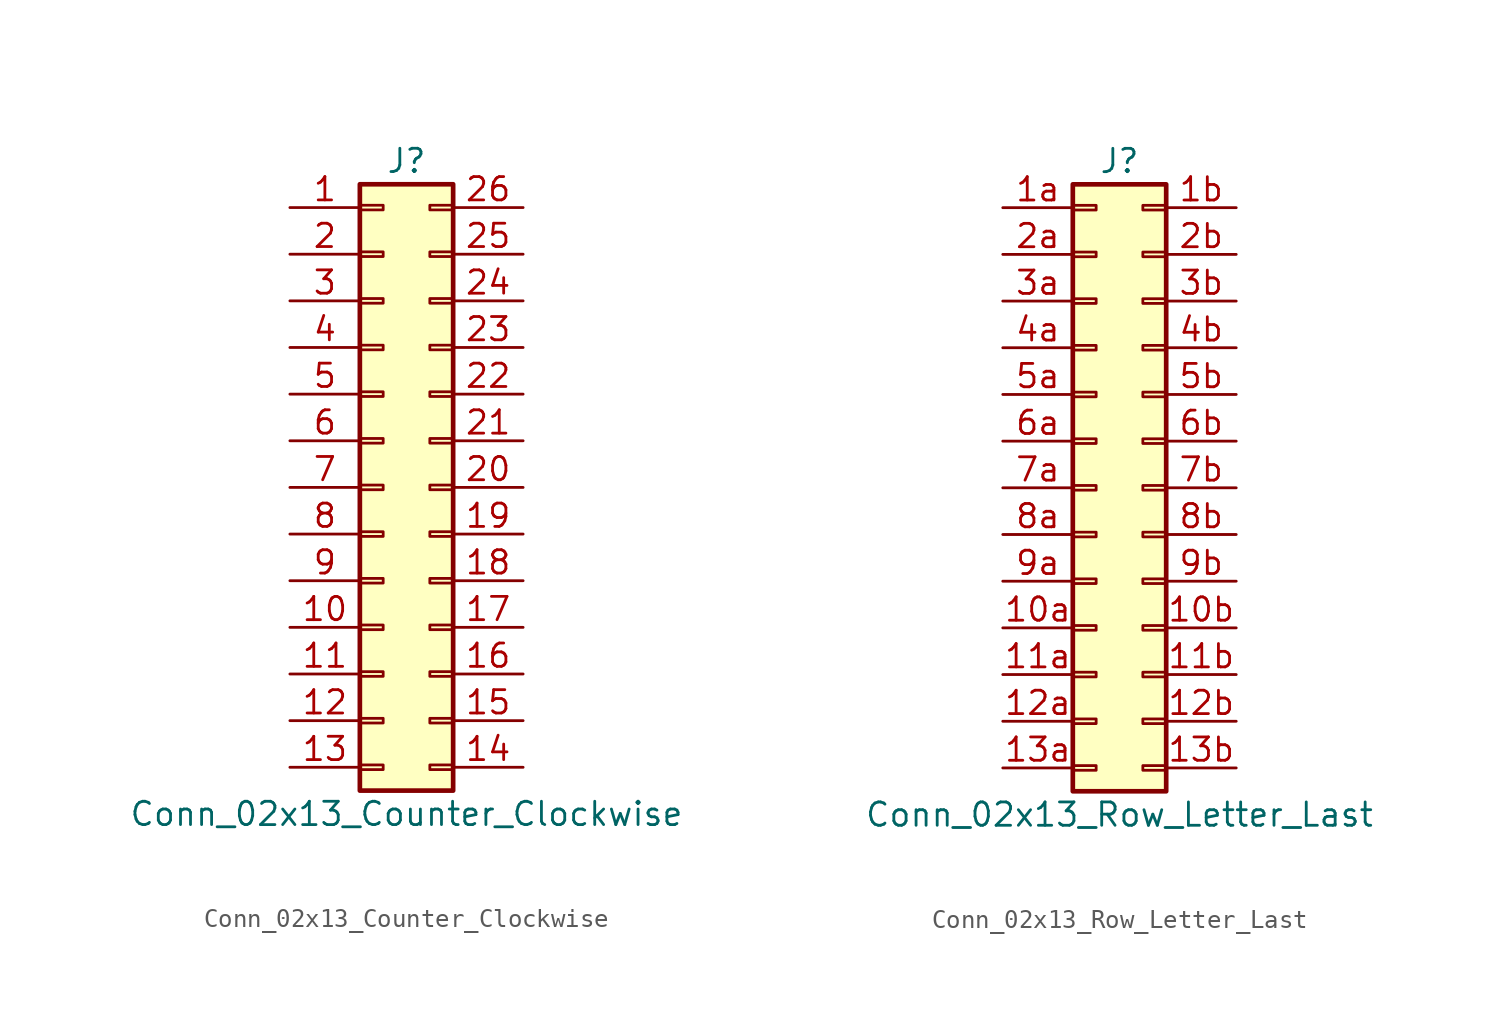
<source format=kicad_sym>
(kicad_symbol_lib
  (version 20201005)
  (generator kicad_symbol_editor)
  (symbol "Conn_02x13_Counter_Clockwise"
    (pin_names
      (offset 1.016) hide)
    (property "Reference" "J"
      (at 1.27 17.78 0)
      (effects (font (size 1.27 1.27))))
    (property "Value" "Conn_02x13_Counter_Clockwise"
      (at 1.27 -17.78 0)
      (effects (font (size 1.27 1.27))))
    (symbol "Conn_02x13_Counter_Clockwise_1_1"
      (rectangle (start -1.27 -15.113) (end 0 -15.367) (stroke (width 0.152)) (fill (type none)))
      (rectangle (start -1.27 -12.573) (end 0 -12.827) (stroke (width 0.152)) (fill (type none)))
      (rectangle (start -1.27 -10.033) (end 0 -10.287) (stroke (width 0.152)) (fill (type none)))
      (rectangle (start -1.27 -7.493) (end 0 -7.747) (stroke (width 0.152)) (fill (type none)))
      (rectangle (start -1.27 -4.953) (end 0 -5.207) (stroke (width 0.152)) (fill (type none)))
      (rectangle (start -1.27 -2.413) (end 0 -2.667) (stroke (width 0.152)) (fill (type none)))
      (rectangle (start -1.27 0.127) (end 0 -0.127) (stroke (width 0.152)) (fill (type none)))
      (rectangle (start -1.27 2.667) (end 0 2.413) (stroke (width 0.152)) (fill (type none)))
      (rectangle (start -1.27 5.207) (end 0 4.953) (stroke (width 0.152)) (fill (type none)))
      (rectangle (start -1.27 7.747) (end 0 7.493) (stroke (width 0.152)) (fill (type none)))
      (rectangle (start -1.27 10.287) (end 0 10.033) (stroke (width 0.152)) (fill (type none)))
      (rectangle (start -1.27 12.827) (end 0 12.573) (stroke (width 0.152)) (fill (type none)))
      (rectangle (start -1.27 15.367) (end 0 15.113) (stroke (width 0.152)) (fill (type none)))
      (rectangle (start 3.81 -15.113) (end 2.54 -15.367) (stroke (width 0.152)) (fill (type none)))
      (rectangle (start 3.81 -12.573) (end 2.54 -12.827) (stroke (width 0.152)) (fill (type none)))
      (rectangle (start 3.81 -10.033) (end 2.54 -10.287) (stroke (width 0.152)) (fill (type none)))
      (rectangle (start 3.81 -7.493) (end 2.54 -7.747) (stroke (width 0.152)) (fill (type none)))
      (rectangle (start 3.81 -4.953) (end 2.54 -5.207) (stroke (width 0.152)) (fill (type none)))
      (rectangle (start 3.81 -2.413) (end 2.54 -2.667) (stroke (width 0.152)) (fill (type none)))
      (rectangle (start 3.81 0.127) (end 2.54 -0.127) (stroke (width 0.152)) (fill (type none)))
      (rectangle (start 3.81 2.667) (end 2.54 2.413) (stroke (width 0.152)) (fill (type none)))
      (rectangle (start 3.81 5.207) (end 2.54 4.953) (stroke (width 0.152)) (fill (type none)))
      (rectangle (start 3.81 7.747) (end 2.54 7.493) (stroke (width 0.152)) (fill (type none)))
      (rectangle (start 3.81 10.287) (end 2.54 10.033) (stroke (width 0.152)) (fill (type none)))
      (rectangle (start 3.81 12.827) (end 2.54 12.573) (stroke (width 0.152)) (fill (type none)))
      (rectangle (start 3.81 15.367) (end 2.54 15.113) (stroke (width 0.152)) (fill (type none)))
      (rectangle (start -1.27 16.51) (end 3.81 -16.51) (stroke (width 0.254)) (fill (type background)))
      (pin passive line (at -5.08 15.24 0) (length 3.81) (name "Pin_1" (effects (font (size 1.27 1.27)))) (number "1" (effects (font (size 1.27 1.27)))))
      (pin passive line (at -5.08 -7.62 0) (length 3.81) (name "Pin_10" (effects (font (size 1.27 1.27)))) (number "10" (effects (font (size 1.27 1.27)))))
      (pin passive line (at -5.08 -10.16 0) (length 3.81) (name "Pin_11" (effects (font (size 1.27 1.27)))) (number "11" (effects (font (size 1.27 1.27)))))
      (pin passive line (at -5.08 -12.7 0) (length 3.81) (name "Pin_12" (effects (font (size 1.27 1.27)))) (number "12" (effects (font (size 1.27 1.27)))))
      (pin passive line (at -5.08 -15.24 0) (length 3.81) (name "Pin_13" (effects (font (size 1.27 1.27)))) (number "13" (effects (font (size 1.27 1.27)))))
      (pin passive line (at 7.62 -15.24 180) (length 3.81) (name "Pin_14" (effects (font (size 1.27 1.27)))) (number "14" (effects (font (size 1.27 1.27)))))
      (pin passive line (at 7.62 -12.7 180) (length 3.81) (name "Pin_15" (effects (font (size 1.27 1.27)))) (number "15" (effects (font (size 1.27 1.27)))))
      (pin passive line (at 7.62 -10.16 180) (length 3.81) (name "Pin_16" (effects (font (size 1.27 1.27)))) (number "16" (effects (font (size 1.27 1.27)))))
      (pin passive line (at 7.62 -7.62 180) (length 3.81) (name "Pin_17" (effects (font (size 1.27 1.27)))) (number "17" (effects (font (size 1.27 1.27)))))
      (pin passive line (at 7.62 -5.08 180) (length 3.81) (name "Pin_18" (effects (font (size 1.27 1.27)))) (number "18" (effects (font (size 1.27 1.27)))))
      (pin passive line (at 7.62 -2.54 180) (length 3.81) (name "Pin_19" (effects (font (size 1.27 1.27)))) (number "19" (effects (font (size 1.27 1.27)))))
      (pin passive line (at -5.08 12.7 0) (length 3.81) (name "Pin_2" (effects (font (size 1.27 1.27)))) (number "2" (effects (font (size 1.27 1.27)))))
      (pin passive line (at 7.62 0 180) (length 3.81) (name "Pin_20" (effects (font (size 1.27 1.27)))) (number "20" (effects (font (size 1.27 1.27)))))
      (pin passive line (at 7.62 2.54 180) (length 3.81) (name "Pin_21" (effects (font (size 1.27 1.27)))) (number "21" (effects (font (size 1.27 1.27)))))
      (pin passive line (at 7.62 5.08 180) (length 3.81) (name "Pin_22" (effects (font (size 1.27 1.27)))) (number "22" (effects (font (size 1.27 1.27)))))
      (pin passive line (at 7.62 7.62 180) (length 3.81) (name "Pin_23" (effects (font (size 1.27 1.27)))) (number "23" (effects (font (size 1.27 1.27)))))
      (pin passive line (at 7.62 10.16 180) (length 3.81) (name "Pin_24" (effects (font (size 1.27 1.27)))) (number "24" (effects (font (size 1.27 1.27)))))
      (pin passive line (at 7.62 12.7 180) (length 3.81) (name "Pin_25" (effects (font (size 1.27 1.27)))) (number "25" (effects (font (size 1.27 1.27)))))
      (pin passive line (at 7.62 15.24 180) (length 3.81) (name "Pin_26" (effects (font (size 1.27 1.27)))) (number "26" (effects (font (size 1.27 1.27)))))
      (pin passive line (at -5.08 10.16 0) (length 3.81) (name "Pin_3" (effects (font (size 1.27 1.27)))) (number "3" (effects (font (size 1.27 1.27)))))
      (pin passive line (at -5.08 7.62 0) (length 3.81) (name "Pin_4" (effects (font (size 1.27 1.27)))) (number "4" (effects (font (size 1.27 1.27)))))
      (pin passive line (at -5.08 5.08 0) (length 3.81) (name "Pin_5" (effects (font (size 1.27 1.27)))) (number "5" (effects (font (size 1.27 1.27)))))
      (pin passive line (at -5.08 2.54 0) (length 3.81) (name "Pin_6" (effects (font (size 1.27 1.27)))) (number "6" (effects (font (size 1.27 1.27)))))
      (pin passive line (at -5.08 0 0) (length 3.81) (name "Pin_7" (effects (font (size 1.27 1.27)))) (number "7" (effects (font (size 1.27 1.27)))))
      (pin passive line (at -5.08 -2.54 0) (length 3.81) (name "Pin_8" (effects (font (size 1.27 1.27)))) (number "8" (effects (font (size 1.27 1.27)))))
      (pin passive line (at -5.08 -5.08 0) (length 3.81) (name "Pin_9" (effects (font (size 1.27 1.27)))) (number "9" (effects (font (size 1.27 1.27)))))))
  (symbol "Conn_02x13_Row_Letter_Last"
    (pin_names
      (offset 1.016) hide)
    (property "Reference" "J"
      (at 1.27 17.78 0)
      (effects (font (size 1.27 1.27))))
    (property "Value" "Conn_02x13_Row_Letter_Last"
      (at 1.27 -17.78 0)
      (effects (font (size 1.27 1.27))))
    (symbol "Conn_02x13_Row_Letter_Last_1_1"
      (rectangle (start -1.27 -15.113) (end 0 -15.367) (stroke (width 0.152)) (fill (type none)))
      (rectangle (start -1.27 -12.573) (end 0 -12.827) (stroke (width 0.152)) (fill (type none)))
      (rectangle (start -1.27 -10.033) (end 0 -10.287) (stroke (width 0.152)) (fill (type none)))
      (rectangle (start -1.27 -7.493) (end 0 -7.747) (stroke (width 0.152)) (fill (type none)))
      (rectangle (start -1.27 -4.953) (end 0 -5.207) (stroke (width 0.152)) (fill (type none)))
      (rectangle (start -1.27 -2.413) (end 0 -2.667) (stroke (width 0.152)) (fill (type none)))
      (rectangle (start -1.27 0.127) (end 0 -0.127) (stroke (width 0.152)) (fill (type none)))
      (rectangle (start -1.27 2.667) (end 0 2.413) (stroke (width 0.152)) (fill (type none)))
      (rectangle (start -1.27 5.207) (end 0 4.953) (stroke (width 0.152)) (fill (type none)))
      (rectangle (start -1.27 7.747) (end 0 7.493) (stroke (width 0.152)) (fill (type none)))
      (rectangle (start -1.27 10.287) (end 0 10.033) (stroke (width 0.152)) (fill (type none)))
      (rectangle (start -1.27 12.827) (end 0 12.573) (stroke (width 0.152)) (fill (type none)))
      (rectangle (start -1.27 15.367) (end 0 15.113) (stroke (width 0.152)) (fill (type none)))
      (rectangle (start 3.81 -15.113) (end 2.54 -15.367) (stroke (width 0.152)) (fill (type none)))
      (rectangle (start 3.81 -12.573) (end 2.54 -12.827) (stroke (width 0.152)) (fill (type none)))
      (rectangle (start 3.81 -10.033) (end 2.54 -10.287) (stroke (width 0.152)) (fill (type none)))
      (rectangle (start 3.81 -7.493) (end 2.54 -7.747) (stroke (width 0.152)) (fill (type none)))
      (rectangle (start 3.81 -4.953) (end 2.54 -5.207) (stroke (width 0.152)) (fill (type none)))
      (rectangle (start 3.81 -2.413) (end 2.54 -2.667) (stroke (width 0.152)) (fill (type none)))
      (rectangle (start 3.81 0.127) (end 2.54 -0.127) (stroke (width 0.152)) (fill (type none)))
      (rectangle (start 3.81 2.667) (end 2.54 2.413) (stroke (width 0.152)) (fill (type none)))
      (rectangle (start 3.81 5.207) (end 2.54 4.953) (stroke (width 0.152)) (fill (type none)))
      (rectangle (start 3.81 7.747) (end 2.54 7.493) (stroke (width 0.152)) (fill (type none)))
      (rectangle (start 3.81 10.287) (end 2.54 10.033) (stroke (width 0.152)) (fill (type none)))
      (rectangle (start 3.81 12.827) (end 2.54 12.573) (stroke (width 0.152)) (fill (type none)))
      (rectangle (start 3.81 15.367) (end 2.54 15.113) (stroke (width 0.152)) (fill (type none)))
      (rectangle (start -1.27 16.51) (end 3.81 -16.51) (stroke (width 0.254)) (fill (type background)))
      (pin passive line (at -5.08 -7.62 0) (length 3.81) (name "Pin_10a" (effects (font (size 1.27 1.27)))) (number "10a" (effects (font (size 1.27 1.27)))))
      (pin passive line (at 7.62 -7.62 180) (length 3.81) (name "Pin_10b" (effects (font (size 1.27 1.27)))) (number "10b" (effects (font (size 1.27 1.27)))))
      (pin passive line (at -5.08 -10.16 0) (length 3.81) (name "Pin_11a" (effects (font (size 1.27 1.27)))) (number "11a" (effects (font (size 1.27 1.27)))))
      (pin passive line (at 7.62 -10.16 180) (length 3.81) (name "Pin_11b" (effects (font (size 1.27 1.27)))) (number "11b" (effects (font (size 1.27 1.27)))))
      (pin passive line (at -5.08 -12.7 0) (length 3.81) (name "Pin_12a" (effects (font (size 1.27 1.27)))) (number "12a" (effects (font (size 1.27 1.27)))))
      (pin passive line (at 7.62 -12.7 180) (length 3.81) (name "Pin_12b" (effects (font (size 1.27 1.27)))) (number "12b" (effects (font (size 1.27 1.27)))))
      (pin passive line (at -5.08 -15.24 0) (length 3.81) (name "Pin_13a" (effects (font (size 1.27 1.27)))) (number "13a" (effects (font (size 1.27 1.27)))))
      (pin passive line (at 7.62 -15.24 180) (length 3.81) (name "Pin_13b" (effects (font (size 1.27 1.27)))) (number "13b" (effects (font (size 1.27 1.27)))))
      (pin passive line (at -5.08 15.24 0) (length 3.81) (name "Pin_1a" (effects (font (size 1.27 1.27)))) (number "1a" (effects (font (size 1.27 1.27)))))
      (pin passive line (at 7.62 15.24 180) (length 3.81) (name "Pin_1b" (effects (font (size 1.27 1.27)))) (number "1b" (effects (font (size 1.27 1.27)))))
      (pin passive line (at -5.08 12.7 0) (length 3.81) (name "Pin_2a" (effects (font (size 1.27 1.27)))) (number "2a" (effects (font (size 1.27 1.27)))))
      (pin passive line (at 7.62 12.7 180) (length 3.81) (name "Pin_2b" (effects (font (size 1.27 1.27)))) (number "2b" (effects (font (size 1.27 1.27)))))
      (pin passive line (at -5.08 10.16 0) (length 3.81) (name "Pin_3a" (effects (font (size 1.27 1.27)))) (number "3a" (effects (font (size 1.27 1.27)))))
      (pin passive line (at 7.62 10.16 180) (length 3.81) (name "Pin_3b" (effects (font (size 1.27 1.27)))) (number "3b" (effects (font (size 1.27 1.27)))))
      (pin passive line (at -5.08 7.62 0) (length 3.81) (name "Pin_4a" (effects (font (size 1.27 1.27)))) (number "4a" (effects (font (size 1.27 1.27)))))
      (pin passive line (at 7.62 7.62 180) (length 3.81) (name "Pin_4b" (effects (font (size 1.27 1.27)))) (number "4b" (effects (font (size 1.27 1.27)))))
      (pin passive line (at -5.08 5.08 0) (length 3.81) (name "Pin_5a" (effects (font (size 1.27 1.27)))) (number "5a" (effects (font (size 1.27 1.27)))))
      (pin passive line (at 7.62 5.08 180) (length 3.81) (name "Pin_5b" (effects (font (size 1.27 1.27)))) (number "5b" (effects (font (size 1.27 1.27)))))
      (pin passive line (at -5.08 2.54 0) (length 3.81) (name "Pin_6a" (effects (font (size 1.27 1.27)))) (number "6a" (effects (font (size 1.27 1.27)))))
      (pin passive line (at 7.62 2.54 180) (length 3.81) (name "Pin_6b" (effects (font (size 1.27 1.27)))) (number "6b" (effects (font (size 1.27 1.27)))))
      (pin passive line (at -5.08 0 0) (length 3.81) (name "Pin_7a" (effects (font (size 1.27 1.27)))) (number "7a" (effects (font (size 1.27 1.27)))))
      (pin passive line (at 7.62 0 180) (length 3.81) (name "Pin_7b" (effects (font (size 1.27 1.27)))) (number "7b" (effects (font (size 1.27 1.27)))))
      (pin passive line (at -5.08 -2.54 0) (length 3.81) (name "Pin_8a" (effects (font (size 1.27 1.27)))) (number "8a" (effects (font (size 1.27 1.27)))))
      (pin passive line (at 7.62 -2.54 180) (length 3.81) (name "Pin_8b" (effects (font (size 1.27 1.27)))) (number "8b" (effects (font (size 1.27 1.27)))))
      (pin passive line (at -5.08 -5.08 0) (length 3.81) (name "Pin_9a" (effects (font (size 1.27 1.27)))) (number "9a" (effects (font (size 1.27 1.27)))))
      (pin passive line (at 7.62 -5.08 180) (length 3.81) (name "Pin_9b" (effects (font (size 1.27 1.27)))) (number "9b" (effects (font (size 1.27 1.27))))))))
</source>
